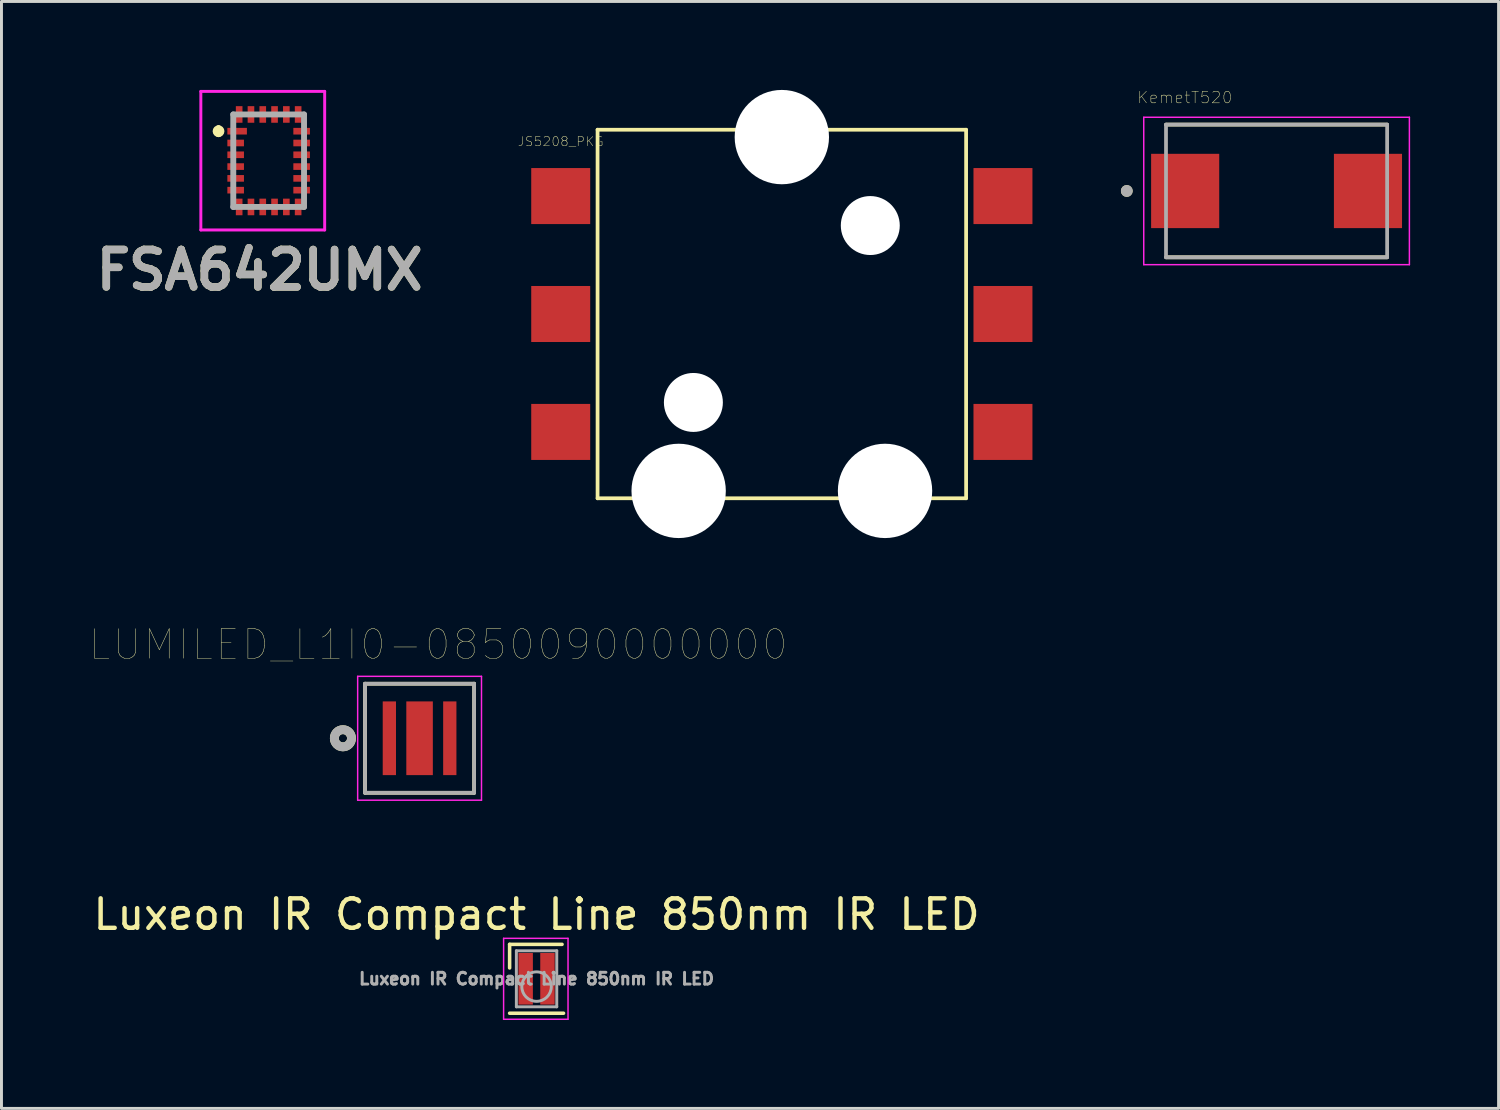
<source format=kicad_pcb>
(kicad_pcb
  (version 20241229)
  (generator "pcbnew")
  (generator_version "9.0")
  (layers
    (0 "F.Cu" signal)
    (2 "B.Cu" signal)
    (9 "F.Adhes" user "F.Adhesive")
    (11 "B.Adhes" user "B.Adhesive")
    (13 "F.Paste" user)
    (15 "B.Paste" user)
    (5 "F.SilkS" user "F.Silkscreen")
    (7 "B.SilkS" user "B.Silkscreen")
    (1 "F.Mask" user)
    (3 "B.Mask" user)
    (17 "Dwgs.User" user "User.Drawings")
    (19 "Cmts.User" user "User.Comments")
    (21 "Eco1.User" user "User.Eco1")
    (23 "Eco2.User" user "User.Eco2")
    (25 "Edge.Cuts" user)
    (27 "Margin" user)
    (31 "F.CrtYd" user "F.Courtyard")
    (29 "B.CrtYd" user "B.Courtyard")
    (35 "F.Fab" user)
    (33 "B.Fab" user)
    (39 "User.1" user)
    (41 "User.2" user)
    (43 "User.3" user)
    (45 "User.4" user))
  (footprint "KemetT520"
    (layer "F.Cu")
    (at 40.248 3.427)
    (property "Reference" "KemetT520" (at -3.11 -3.17 0) (layer "F.SilkS") (effects (font (size 0.394 0.394) (thickness 0.015))))
    (attr through_hole)
    (fp_line (start -3.75 -2.25) (end 3.75 -2.25) (stroke (width 0.127) (type solid)) (layer "F.SilkS"))
    (fp_line (start -3.75 2.25) (end 3.75 2.25) (stroke (width 0.127) (type solid)) (layer "F.SilkS"))
    (fp_circle (center -5.08 0) (end -4.98 0) (stroke (width 0.2) (type solid)) (fill no) (layer "F.SilkS"))
    (fp_line (start -4.505 -2.5) (end 4.505 -2.5) (stroke (width 0.05) (type solid)) (layer "F.CrtYd"))
    (fp_line (start -4.505 2.5) (end -4.505 -2.5) (stroke (width 0.05) (type solid)) (layer "F.CrtYd"))
    (fp_line (start -4.505 2.5) (end 4.505 2.5) (stroke (width 0.05) (type solid)) (layer "F.CrtYd"))
    (fp_line (start 4.505 2.5) (end 4.505 -2.5) (stroke (width 0.05) (type solid)) (layer "F.CrtYd"))
    (fp_line (start -3.75 2.25) (end -3.75 -2.25) (stroke (width 0.127) (type solid)) (layer "F.Fab"))
    (fp_line (start 3.75 -2.25) (end -3.75 -2.25) (stroke (width 0.127) (type solid)) (layer "F.Fab"))
    (fp_line (start 3.75 2.25) (end -3.75 2.25) (stroke (width 0.127) (type solid)) (layer "F.Fab"))
    (fp_line (start 3.75 2.25) (end 3.75 -2.25) (stroke (width 0.127) (type solid)) (layer "F.Fab"))
    (fp_circle (center -5.08 0) (end -4.98 0) (stroke (width 0.2) (type solid)) (fill no) (layer "F.Fab"))
    (pad "1" smd rect (at -3.1 0) (size 2.31 2.52) (layers "F.Cu" "F.Mask" "F.Paste"))
    (pad "2" smd rect (at 3.1 0) (size 2.31 2.52) (layers "F.Cu" "F.Mask" "F.Paste")))
  (footprint "Luxeon IR Compact Line 850nm IR LED"
    (layer "F.Cu")
    (at 15.149 30.148)
    (property "Reference" "Luxeon IR Compact Line 850nm IR LED" (at 0 -2.184 0) (layer "F.SilkS") (effects (font (size 1 1) (thickness 0.15))))
    (attr smd)
    (fp_line (start -0.914 -1.168) (end -0.914 -0.368) (stroke (width 0.12) (type solid)) (layer "F.SilkS"))
    (fp_line (start 0.864 -1.168) (end -0.914 -1.168) (stroke (width 0.12) (type solid)) (layer "F.SilkS"))
    (fp_line (start 0.914 1.168) (end -0.914 1.168) (stroke (width 0.12) (type solid)) (layer "F.SilkS"))
    (fp_line (start -1.118 -1.372) (end 1.067 -1.372) (stroke (width 0.05) (type solid)) (layer "F.CrtYd"))
    (fp_line (start -1.118 1.372) (end -1.118 -1.372) (stroke (width 0.05) (type solid)) (layer "F.CrtYd"))
    (fp_line (start 1.067 -1.372) (end 1.067 1.372) (stroke (width 0.05) (type solid)) (layer "F.CrtYd"))
    (fp_line (start 1.067 1.372) (end -1.118 1.372) (stroke (width 0.05) (type solid)) (layer "F.CrtYd"))
    (fp_line (start -0.685 -0.95) (end -0.685 0.95) (stroke (width 0.1) (type solid)) (layer "F.Fab"))
    (fp_line (start -0.685 0.95) (end 0.685 0.95) (stroke (width 0.1) (type solid)) (layer "F.Fab"))
    (fp_line (start 0.685 -0.95) (end -0.685 -0.95) (stroke (width 0.1) (type solid)) (layer "F.Fab"))
    (fp_line (start 0.685 0.95) (end 0.685 -0.95) (stroke (width 0.1) (type solid)) (layer "F.Fab"))
    (fp_circle (center 0 0.265) (end 0.5 0.265) (stroke (width 0.1) (type solid)) (fill no) (layer "F.Fab"))
    (fp_text user "${REFERENCE}" (at 0 0 0) (layer "F.Fab") (effects (font (size 0.4 0.4) (thickness 0.1))))
    (pad "1" smd rect (at -0.37 0) (size 0.49 1.75) (layers "F.Cu" "F.Mask" "F.Paste"))
    (pad "2" smd rect (at 0.37 0) (size 0.49 1.75) (layers "F.Cu" "F.Mask" "F.Paste")))
  (footprint "LUMILED_L1I0-0850090000000"
    (layer "F.Cu")
    (at 11.181 21.99)
    (property "Reference" "LUMILED_L1I0-0850090000000" (at 0.636 -3.178 0) (layer "F.SilkS") (effects (font (size 1.001 1.001) (thickness 0.015))))
    (attr through_hole)
    (fp_poly (pts (xy -1.277 -1.35) (xy -0.775 -1.35) (xy -0.775 1.352) (xy -1.277 1.352)) (stroke (width 0.01) (type solid)) (fill yes) (layer "F.Mask"))
    (fp_poly (pts (xy -0.501 -1.35) (xy 0.5 -1.35) (xy 0.5 1.352) (xy -0.501 1.352)) (stroke (width 0.01) (type solid)) (fill yes) (layer "F.Mask"))
    (fp_poly (pts (xy 0.776 -1.35) (xy 1.275 -1.35) (xy 1.275 1.352) (xy 0.776 1.352)) (stroke (width 0.01) (type solid)) (fill yes) (layer "F.Mask"))
    (fp_line (start -1.85 -1.85) (end 1.85 -1.85) (stroke (width 0.127) (type solid)) (layer "F.SilkS"))
    (fp_line (start -1.85 1.85) (end -1.85 -1.85) (stroke (width 0.127) (type solid)) (layer "F.SilkS"))
    (fp_line (start 1.85 -1.85) (end 1.85 1.85) (stroke (width 0.127) (type solid)) (layer "F.SilkS"))
    (fp_line (start 1.85 1.85) (end -1.85 1.85) (stroke (width 0.127) (type solid)) (layer "F.SilkS"))
    (fp_circle (center -2.6 0) (end -2.459 0) (stroke (width 0.3) (type solid)) (fill no) (layer "F.SilkS"))
    (fp_line (start -2.1 -2.1) (end 2.1 -2.1) (stroke (width 0.05) (type solid)) (layer "F.CrtYd"))
    (fp_line (start -2.1 2.1) (end -2.1 -2.1) (stroke (width 0.05) (type solid)) (layer "F.CrtYd"))
    (fp_line (start 2.1 -2.1) (end 2.1 2.1) (stroke (width 0.05) (type solid)) (layer "F.CrtYd"))
    (fp_line (start 2.1 2.1) (end -2.1 2.1) (stroke (width 0.05) (type solid)) (layer "F.CrtYd"))
    (fp_line (start -1.85 -1.85) (end 1.85 -1.85) (stroke (width 0.127) (type solid)) (layer "F.Fab"))
    (fp_line (start -1.85 1.85) (end -1.85 -1.85) (stroke (width 0.127) (type solid)) (layer "F.Fab"))
    (fp_line (start 1.85 -1.85) (end 1.85 1.85) (stroke (width 0.127) (type solid)) (layer "F.Fab"))
    (fp_line (start 1.85 1.85) (end -1.85 1.85) (stroke (width 0.127) (type solid)) (layer "F.Fab"))
    (fp_circle (center -2.6 0) (end -2.459 0) (stroke (width 0.3) (type solid)) (fill no) (layer "F.Fab"))
    (pad "A1" smd rect (at 0 0) (size 0.9 2.5) (layers "F.Cu" "F.Paste"))
    (pad "A2" smd rect (at 1.025 0) (size 0.45 2.5) (layers "F.Cu" "F.Paste"))
    (pad "C" smd rect (at -1.025 0) (size 0.45 2.5) (layers "F.Cu" "F.Paste")))
  (footprint "FSA642UMX"
    (layer "F.Cu")
    (at 6.062 2.4)
    (property "Reference" "FSA642UMX" (at -0.305 3.708 0) (layer "F.SilkS") (effects (font (size 1.27 1.27) (thickness 0.254))))
    (attr smd)
    (fp_line (start -1.7 -1.1) (end -1.7 -1.1) (stroke (width 0.2) (type solid)) (layer "F.SilkS"))
    (fp_line (start -1.7 -0.9) (end -1.7 -0.9) (stroke (width 0.2) (type solid)) (layer "F.SilkS"))
    (fp_arc (start -1.7 -1.1) (mid -1.6 -1) (end -1.7 -0.9) (stroke (width 0.2) (type solid)) (layer "F.SilkS"))
    (fp_arc (start -1.7 -0.9) (mid -1.8 -1) (end -1.7 -1.1) (stroke (width 0.2) (type solid)) (layer "F.SilkS"))
    (fp_line (start -2.3 -2.35) (end 1.9 -2.35) (stroke (width 0.1) (type solid)) (layer "F.CrtYd"))
    (fp_line (start -2.3 2.35) (end -2.3 -2.35) (stroke (width 0.1) (type solid)) (layer "F.CrtYd"))
    (fp_line (start 1.9 -2.35) (end 1.9 2.35) (stroke (width 0.1) (type solid)) (layer "F.CrtYd"))
    (fp_line (start 1.9 2.35) (end -2.3 2.35) (stroke (width 0.1) (type solid)) (layer "F.CrtYd"))
    (fp_line (start -1.2 -1.568) (end 1.2 -1.568) (stroke (width 0.2) (type solid)) (layer "F.Fab"))
    (fp_line (start -1.2 1.569) (end -1.2 -1.568) (stroke (width 0.2) (type solid)) (layer "F.Fab"))
    (fp_line (start 1.2 -1.568) (end 1.2 1.569) (stroke (width 0.2) (type solid)) (layer "F.Fab"))
    (fp_line (start 1.2 1.569) (end -1.2 1.569) (stroke (width 0.2) (type solid)) (layer "F.Fab"))
    (fp_text user "${REFERENCE}" (at -0.305 3.708 0) (layer "F.Fab") (effects (font (size 1.27 1.27) (thickness 0.254))))
    (pad "1" smd rect (at -1.069 -1 90) (size 0.225 0.663) (layers "F.Cu" "F.Mask" "F.Paste"))
    (pad "2" smd rect (at -1.119 -0.6 90) (size 0.225 0.563) (layers "F.Cu" "F.Mask" "F.Paste"))
    (pad "3" smd rect (at -1.119 -0.2 90) (size 0.225 0.563) (layers "F.Cu" "F.Mask" "F.Paste"))
    (pad "4" smd rect (at -1.119 0.2 90) (size 0.225 0.563) (layers "F.Cu" "F.Mask" "F.Paste"))
    (pad "5" smd rect (at -1.119 0.6 90) (size 0.225 0.563) (layers "F.Cu" "F.Mask" "F.Paste"))
    (pad "6" smd rect (at -1.119 1 90) (size 0.225 0.563) (layers "F.Cu" "F.Mask" "F.Paste"))
    (pad "7" smd rect (at -1 1.569) (size 0.225 0.563) (layers "F.Cu" "F.Mask" "F.Paste"))
    (pad "8" smd rect (at -0.6 1.569) (size 0.225 0.563) (layers "F.Cu" "F.Mask" "F.Paste"))
    (pad "9" smd rect (at -0.2 1.569) (size 0.225 0.563) (layers "F.Cu" "F.Mask" "F.Paste"))
    (pad "10" smd rect (at 0.2 1.569) (size 0.225 0.563) (layers "F.Cu" "F.Mask" "F.Paste"))
    (pad "11" smd rect (at 0.6 1.569) (size 0.225 0.563) (layers "F.Cu" "F.Mask" "F.Paste"))
    (pad "12" smd rect (at 1 1.569) (size 0.225 0.563) (layers "F.Cu" "F.Mask" "F.Paste"))
    (pad "13" smd rect (at 1.119 1 90) (size 0.225 0.563) (layers "F.Cu" "F.Mask" "F.Paste"))
    (pad "14" smd rect (at 1.119 0.6 90) (size 0.225 0.563) (layers "F.Cu" "F.Mask" "F.Paste"))
    (pad "15" smd rect (at 1.119 0.2 90) (size 0.225 0.563) (layers "F.Cu" "F.Mask" "F.Paste"))
    (pad "16" smd rect (at 1.119 -0.2 90) (size 0.225 0.563) (layers "F.Cu" "F.Mask" "F.Paste"))
    (pad "17" smd rect (at 1.119 -0.6 90) (size 0.225 0.563) (layers "F.Cu" "F.Mask" "F.Paste"))
    (pad "18" smd rect (at 1.119 -1 90) (size 0.225 0.563) (layers "F.Cu" "F.Mask" "F.Paste"))
    (pad "19" smd rect (at 1 -1.568) (size 0.225 0.563) (layers "F.Cu" "F.Mask" "F.Paste"))
    (pad "20" smd rect (at 0.6 -1.568) (size 0.225 0.563) (layers "F.Cu" "F.Mask" "F.Paste"))
    (pad "21" smd rect (at 0.2 -1.568) (size 0.225 0.563) (layers "F.Cu" "F.Mask" "F.Paste"))
    (pad "22" smd rect (at -0.2 -1.568) (size 0.225 0.563) (layers "F.Cu" "F.Mask" "F.Paste"))
    (pad "23" smd rect (at -0.6 -1.568) (size 0.225 0.563) (layers "F.Cu" "F.Mask" "F.Paste"))
    (pad "24" smd rect (at -1 -1.568) (size 0.225 0.563) (layers "F.Cu" "F.Mask" "F.Paste")))
  (footprint "JS5208_PKG"
    (layer "F.Cu")
    (at 23.468 7.6)
    (property "Reference" "JS5208_PKG" (at -7.5 -5.85 0) (layer "F.SilkS") (effects (font (size 0.315 0.315) (thickness 0.015))))
    (attr through_hole)
    (fp_line (start -6.25 -6.25) (end -6.25 6.25) (stroke (width 0.127) (type solid)) (layer "F.SilkS"))
    (fp_line (start -6.25 -6.25) (end 6.25 -6.25) (stroke (width 0.127) (type solid)) (layer "F.SilkS"))
    (fp_line (start -6.25 6.25) (end 6.25 6.25) (stroke (width 0.127) (type solid)) (layer "F.SilkS"))
    (fp_line (start 6.25 6.25) (end 6.25 -6.25) (stroke (width 0.127) (type solid)) (layer "F.SilkS"))
    (pad "" np_thru_hole circle (at -3.5 6) (size 3.2 3.2) (drill 3.2) (layers "*.Cu" "*.Mask"))
    (pad "" np_thru_hole circle (at -3 3) (size 2 2) (drill 2) (layers "*.Cu" "*.Mask"))
    (pad "" np_thru_hole circle (at 0 -6) (size 3.2 3.2) (drill 3.2) (layers "*.Cu" "*.Mask"))
    (pad "" np_thru_hole circle (at 3 -3) (size 2 2) (drill 2) (layers "*.Cu" "*.Mask"))
    (pad "" np_thru_hole circle (at 3.5 6) (size 3.2 3.2) (drill 3.2) (layers "*.Cu" "*.Mask"))
    (pad "AU" smd rect (at 7.5 -4) (size 2 1.9) (layers "F.Cu" "F.Mask" "F.Paste"))
    (pad "BL" smd rect (at -7.5 0) (size 2 1.9) (layers "F.Cu" "F.Mask" "F.Paste"))
    (pad "CD" smd rect (at 7.5 4) (size 2 1.9) (layers "F.Cu" "F.Mask" "F.Paste"))
    (pad "COM" smd rect (at -7.5 -4) (size 2 1.9) (layers "F.Cu" "F.Mask" "F.Paste"))
    (pad "DR" smd rect (at 7.5 0) (size 2 1.9) (layers "F.Cu" "F.Mask" "F.Paste"))
    (pad "EBTN" smd rect (at -7.5 4) (size 2 1.9) (layers "F.Cu" "F.Mask" "F.Paste")))
  (gr_rect
    (start -3 -3)
    (end 47.778 34.545)
    (stroke (width 0.1) (type default))
    (fill no)
    (layer "Edge.Cuts")))
</source>
